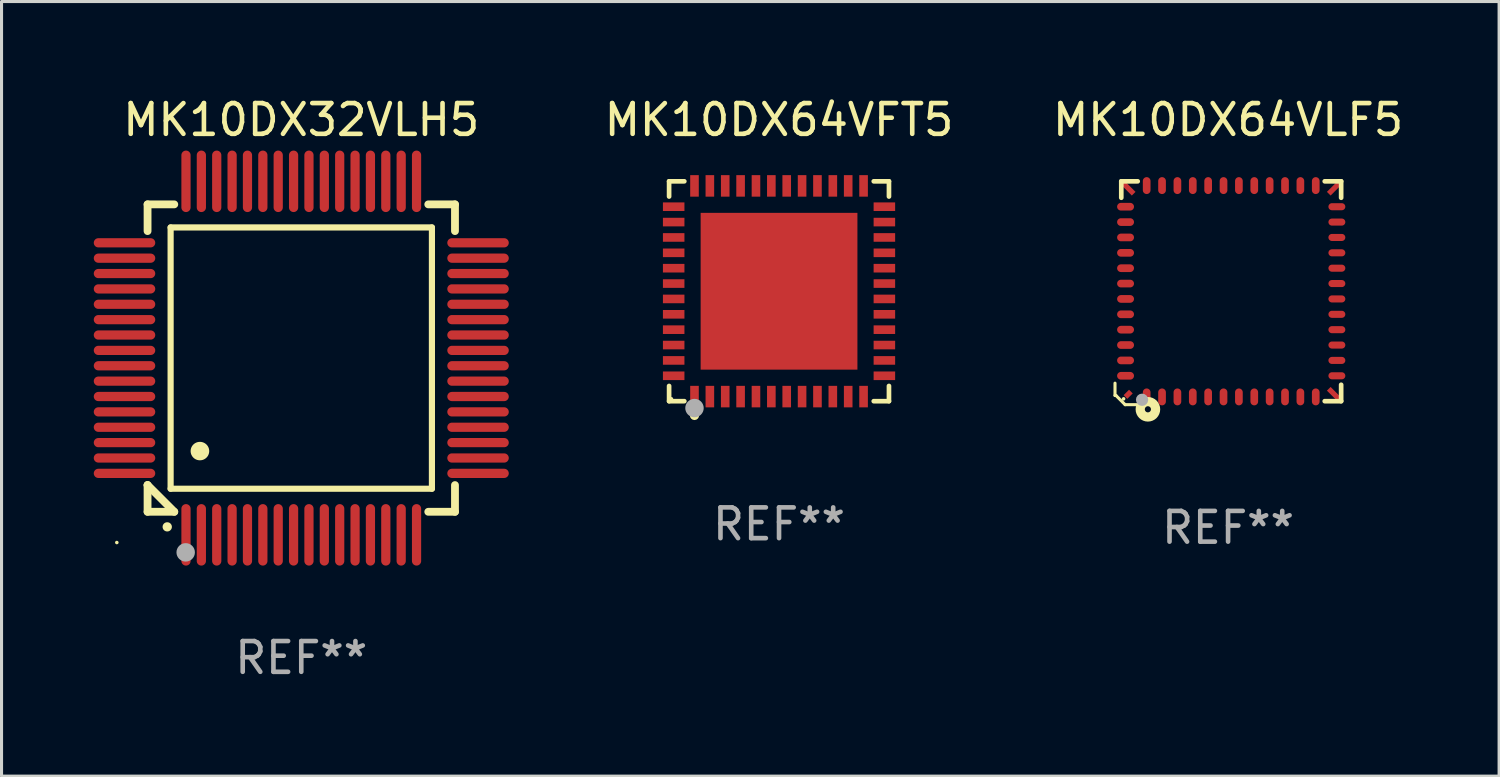
<source format=kicad_pcb>
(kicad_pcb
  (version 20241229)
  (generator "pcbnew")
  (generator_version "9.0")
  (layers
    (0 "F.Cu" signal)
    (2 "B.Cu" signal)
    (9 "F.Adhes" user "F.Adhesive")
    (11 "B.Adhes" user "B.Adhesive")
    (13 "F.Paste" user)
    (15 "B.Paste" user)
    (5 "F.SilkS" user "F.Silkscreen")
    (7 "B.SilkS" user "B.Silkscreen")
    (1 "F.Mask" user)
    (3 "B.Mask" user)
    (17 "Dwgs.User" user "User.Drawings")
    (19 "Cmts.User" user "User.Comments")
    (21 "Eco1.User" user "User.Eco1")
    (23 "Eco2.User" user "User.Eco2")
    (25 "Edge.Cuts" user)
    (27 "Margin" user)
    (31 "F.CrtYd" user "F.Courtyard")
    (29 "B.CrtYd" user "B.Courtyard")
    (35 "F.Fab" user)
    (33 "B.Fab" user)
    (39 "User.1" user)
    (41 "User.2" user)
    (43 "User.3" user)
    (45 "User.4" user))
  (footprint "MK10DX32VLH5"
    (layer "F.Cu")
    (at 6.75 8.598)
    (property "Reference" "MK10DX32VLH5" (at 0 -7.75 0) (layer "F.SilkS") (effects (font (size 1 1) (thickness 0.15))))
    (attr through_hole)
    (fp_line (start -5 -5) (end -4.131 -5) (stroke (width 0.254) (type solid)) (layer "F.SilkS"))
    (fp_line (start -5 -4.131) (end -5 -5) (stroke (width 0.254) (type solid)) (layer "F.SilkS"))
    (fp_line (start -5 4.131) (end -5 4.131) (stroke (width 0.254) (type solid)) (layer "F.SilkS"))
    (fp_line (start -5 5) (end -5 4.131) (stroke (width 0.254) (type solid)) (layer "F.SilkS"))
    (fp_line (start -5 4.131) (end -4.131 5) (stroke (width 0.254) (type solid)) (layer "F.SilkS"))
    (fp_line (start -4.25 -4.25) (end -4.25 4.25) (stroke (width 0.2) (type solid)) (layer "F.SilkS"))
    (fp_line (start -4.25 4.25) (end 4.25 4.25) (stroke (width 0.2) (type solid)) (layer "F.SilkS"))
    (fp_line (start -4.131 5) (end -5 5) (stroke (width 0.254) (type solid)) (layer "F.SilkS"))
    (fp_line (start 4.25 -4.25) (end -4.25 -4.25) (stroke (width 0.2) (type solid)) (layer "F.SilkS"))
    (fp_line (start 4.25 4.25) (end 4.25 -4.25) (stroke (width 0.2) (type solid)) (layer "F.SilkS"))
    (fp_line (start 5 -5) (end 4.131 -5) (stroke (width 0.254) (type solid)) (layer "F.SilkS"))
    (fp_line (start 5 -5) (end 5 -4.131) (stroke (width 0.254) (type solid)) (layer "F.SilkS"))
    (fp_line (start 5 4.131) (end 5 5) (stroke (width 0.254) (type solid)) (layer "F.SilkS"))
    (fp_line (start 5 5) (end 4.131 5) (stroke (width 0.254) (type solid)) (layer "F.SilkS"))
    (fp_arc (start -4.361265 5.489992) (mid -4.359995 5.489987) (end -4.358725 5.489992) (stroke (width 0.3) (type solid)) (layer "F.SilkS"))
    (fp_arc (start -3.299467 3.025146) (mid -3.296927 3.025135) (end -3.294387 3.025146) (stroke (width 0.6) (type solid)) (layer "F.SilkS"))
    (fp_circle (center -6 6) (end -5.97 6) (stroke (width 0.06) (type solid)) (fill no) (layer "F.SilkS"))
    (fp_circle (center -3.76 6.32) (end -3.61 6.32) (stroke (width 0.3) (type solid)) (fill no) (layer "F.Fab"))
    (fp_text user "REF**" (at 0 9.75 0) (layer "F.Fab") (effects (font (size 1 1) (thickness 0.15))))
    (pad "1" smd oval (at -3.75 5.75) (size 0.3 2) (layers "F.Cu" "F.Mask" "F.Paste"))
    (pad "2" smd oval (at -3.25 5.75) (size 0.3 2) (layers "F.Cu" "F.Mask" "F.Paste"))
    (pad "3" smd oval (at -2.75 5.75) (size 0.3 2) (layers "F.Cu" "F.Mask" "F.Paste"))
    (pad "4" smd oval (at -2.25 5.75) (size 0.3 2) (layers "F.Cu" "F.Mask" "F.Paste"))
    (pad "5" smd oval (at -1.75 5.75) (size 0.3 2) (layers "F.Cu" "F.Mask" "F.Paste"))
    (pad "6" smd oval (at -1.25 5.75) (size 0.3 2) (layers "F.Cu" "F.Mask" "F.Paste"))
    (pad "7" smd oval (at -0.75 5.75) (size 0.3 2) (layers "F.Cu" "F.Mask" "F.Paste"))
    (pad "8" smd oval (at -0.25 5.75) (size 0.3 2) (layers "F.Cu" "F.Mask" "F.Paste"))
    (pad "9" smd oval (at 0.25 5.75) (size 0.3 2) (layers "F.Cu" "F.Mask" "F.Paste"))
    (pad "10" smd oval (at 0.75 5.75) (size 0.3 2) (layers "F.Cu" "F.Mask" "F.Paste"))
    (pad "11" smd oval (at 1.25 5.75) (size 0.3 2) (layers "F.Cu" "F.Mask" "F.Paste"))
    (pad "12" smd oval (at 1.75 5.75) (size 0.3 2) (layers "F.Cu" "F.Mask" "F.Paste"))
    (pad "13" smd oval (at 2.25 5.75) (size 0.3 2) (layers "F.Cu" "F.Mask" "F.Paste"))
    (pad "14" smd oval (at 2.75 5.75) (size 0.3 2) (layers "F.Cu" "F.Mask" "F.Paste"))
    (pad "15" smd oval (at 3.25 5.75) (size 0.3 2) (layers "F.Cu" "F.Mask" "F.Paste"))
    (pad "16" smd oval (at 3.75 5.75) (size 0.3 2) (layers "F.Cu" "F.Mask" "F.Paste"))
    (pad "17" smd oval (at 5.75 3.75) (size 2 0.3) (layers "F.Cu" "F.Mask" "F.Paste"))
    (pad "18" smd oval (at 5.75 3.25) (size 2 0.3) (layers "F.Cu" "F.Mask" "F.Paste"))
    (pad "19" smd oval (at 5.75 2.75) (size 2 0.3) (layers "F.Cu" "F.Mask" "F.Paste"))
    (pad "20" smd oval (at 5.75 2.25) (size 2 0.3) (layers "F.Cu" "F.Mask" "F.Paste"))
    (pad "21" smd oval (at 5.75 1.75) (size 2 0.3) (layers "F.Cu" "F.Mask" "F.Paste"))
    (pad "22" smd oval (at 5.75 1.25) (size 2 0.3) (layers "F.Cu" "F.Mask" "F.Paste"))
    (pad "23" smd oval (at 5.75 0.75) (size 2 0.3) (layers "F.Cu" "F.Mask" "F.Paste"))
    (pad "24" smd oval (at 5.75 0.25) (size 2 0.3) (layers "F.Cu" "F.Mask" "F.Paste"))
    (pad "25" smd oval (at 5.75 -0.25) (size 2 0.3) (layers "F.Cu" "F.Mask" "F.Paste"))
    (pad "26" smd oval (at 5.75 -0.75) (size 2 0.3) (layers "F.Cu" "F.Mask" "F.Paste"))
    (pad "27" smd oval (at 5.75 -1.25) (size 2 0.3) (layers "F.Cu" "F.Mask" "F.Paste"))
    (pad "28" smd oval (at 5.75 -1.75) (size 2 0.3) (layers "F.Cu" "F.Mask" "F.Paste"))
    (pad "29" smd oval (at 5.75 -2.25) (size 2 0.3) (layers "F.Cu" "F.Mask" "F.Paste"))
    (pad "30" smd oval (at 5.75 -2.75) (size 2 0.3) (layers "F.Cu" "F.Mask" "F.Paste"))
    (pad "31" smd oval (at 5.75 -3.25) (size 2 0.3) (layers "F.Cu" "F.Mask" "F.Paste"))
    (pad "32" smd oval (at 5.75 -3.75) (size 2 0.3) (layers "F.Cu" "F.Mask" "F.Paste"))
    (pad "33" smd oval (at 3.75 -5.75) (size 0.3 2) (layers "F.Cu" "F.Mask" "F.Paste"))
    (pad "34" smd oval (at 3.25 -5.75) (size 0.3 2) (layers "F.Cu" "F.Mask" "F.Paste"))
    (pad "35" smd oval (at 2.75 -5.75) (size 0.3 2) (layers "F.Cu" "F.Mask" "F.Paste"))
    (pad "36" smd oval (at 2.25 -5.75) (size 0.3 2) (layers "F.Cu" "F.Mask" "F.Paste"))
    (pad "37" smd oval (at 1.75 -5.75) (size 0.3 2) (layers "F.Cu" "F.Mask" "F.Paste"))
    (pad "38" smd oval (at 1.25 -5.75) (size 0.3 2) (layers "F.Cu" "F.Mask" "F.Paste"))
    (pad "39" smd oval (at 0.75 -5.75) (size 0.3 2) (layers "F.Cu" "F.Mask" "F.Paste"))
    (pad "40" smd oval (at 0.25 -5.75) (size 0.3 2) (layers "F.Cu" "F.Mask" "F.Paste"))
    (pad "41" smd oval (at -0.25 -5.75) (size 0.3 2) (layers "F.Cu" "F.Mask" "F.Paste"))
    (pad "42" smd oval (at -0.75 -5.75) (size 0.3 2) (layers "F.Cu" "F.Mask" "F.Paste"))
    (pad "43" smd oval (at -1.25 -5.75) (size 0.3 2) (layers "F.Cu" "F.Mask" "F.Paste"))
    (pad "44" smd oval (at -1.75 -5.75) (size 0.3 2) (layers "F.Cu" "F.Mask" "F.Paste"))
    (pad "45" smd oval (at -2.25 -5.75) (size 0.3 2) (layers "F.Cu" "F.Mask" "F.Paste"))
    (pad "46" smd oval (at -2.75 -5.75) (size 0.3 2) (layers "F.Cu" "F.Mask" "F.Paste"))
    (pad "47" smd oval (at -3.25 -5.75) (size 0.3 2) (layers "F.Cu" "F.Mask" "F.Paste"))
    (pad "48" smd oval (at -3.75 -5.75) (size 0.3 2) (layers "F.Cu" "F.Mask" "F.Paste"))
    (pad "49" smd oval (at -5.75 -3.75) (size 2 0.3) (layers "F.Cu" "F.Mask" "F.Paste"))
    (pad "50" smd oval (at -5.75 -3.25) (size 2 0.3) (layers "F.Cu" "F.Mask" "F.Paste"))
    (pad "51" smd oval (at -5.75 -2.75) (size 2 0.3) (layers "F.Cu" "F.Mask" "F.Paste"))
    (pad "52" smd oval (at -5.75 -2.25) (size 2 0.3) (layers "F.Cu" "F.Mask" "F.Paste"))
    (pad "53" smd oval (at -5.75 -1.75) (size 2 0.3) (layers "F.Cu" "F.Mask" "F.Paste"))
    (pad "54" smd oval (at -5.75 -1.25) (size 2 0.3) (layers "F.Cu" "F.Mask" "F.Paste"))
    (pad "55" smd oval (at -5.75 -0.75) (size 2 0.3) (layers "F.Cu" "F.Mask" "F.Paste"))
    (pad "56" smd oval (at -5.75 -0.25) (size 2 0.3) (layers "F.Cu" "F.Mask" "F.Paste"))
    (pad "57" smd oval (at -5.75 0.25) (size 2 0.3) (layers "F.Cu" "F.Mask" "F.Paste"))
    (pad "58" smd oval (at -5.75 0.75) (size 2 0.3) (layers "F.Cu" "F.Mask" "F.Paste"))
    (pad "59" smd oval (at -5.75 1.25) (size 2 0.3) (layers "F.Cu" "F.Mask" "F.Paste"))
    (pad "60" smd oval (at -5.75 1.75) (size 2 0.3) (layers "F.Cu" "F.Mask" "F.Paste"))
    (pad "61" smd oval (at -5.75 2.25) (size 2 0.3) (layers "F.Cu" "F.Mask" "F.Paste"))
    (pad "62" smd oval (at -5.75 2.75) (size 2 0.3) (layers "F.Cu" "F.Mask" "F.Paste"))
    (pad "63" smd oval (at -5.75 3.25) (size 2 0.3) (layers "F.Cu" "F.Mask" "F.Paste"))
    (pad "64" smd oval (at -5.75 3.75) (size 2 0.3) (layers "F.Cu" "F.Mask" "F.Paste")))
  (footprint "MK10DX64VFT5"
    (layer "F.Cu")
    (at 22.291 6.424)
    (property "Reference" "MK10DX64VFT5" (at 0 -5.576 0) (layer "F.SilkS") (effects (font (size 1 1) (thickness 0.15))))
    (attr through_hole)
    (fp_line (start -3.576 -3.576) (end -3.081 -3.576) (stroke (width 0.152) (type solid)) (layer "F.SilkS"))
    (fp_line (start -3.576 -3.081) (end -3.576 -3.576) (stroke (width 0.152) (type solid)) (layer "F.SilkS"))
    (fp_line (start -3.576 3.081) (end -3.576 3.576) (stroke (width 0.152) (type solid)) (layer "F.SilkS"))
    (fp_line (start -3.576 3.576) (end -3.081 3.576) (stroke (width 0.152) (type solid)) (layer "F.SilkS"))
    (fp_line (start 3.576 -3.576) (end 3.081 -3.576) (stroke (width 0.152) (type solid)) (layer "F.SilkS"))
    (fp_line (start 3.576 -3.081) (end 3.576 -3.576) (stroke (width 0.152) (type solid)) (layer "F.SilkS"))
    (fp_line (start 3.576 3.081) (end 3.576 3.576) (stroke (width 0.152) (type solid)) (layer "F.SilkS"))
    (fp_line (start 3.576 3.576) (end 3.081 3.576) (stroke (width 0.152) (type solid)) (layer "F.SilkS"))
    (fp_circle (center -3.5 3.5) (end -3.47 3.5) (stroke (width 0.06) (type solid)) (fill no) (layer "F.SilkS"))
    (fp_circle (center -2.75 4.04) (end -2.675 4.04) (stroke (width 0.15) (type solid)) (fill no) (layer "F.SilkS"))
    (fp_circle (center -2.75 3.8) (end -2.6 3.8) (stroke (width 0.3) (type solid)) (fill no) (layer "F.Fab"))
    (fp_text user "REF**" (at 0 7.576 0) (layer "F.Fab") (effects (font (size 1 1) (thickness 0.15))))
    (pad "1" smd rect (at -2.75 3.427) (size 0.28 0.7) (layers "F.Cu" "F.Mask" "F.Paste"))
    (pad "2" smd rect (at -2.25 3.427) (size 0.28 0.7) (layers "F.Cu" "F.Mask" "F.Paste"))
    (pad "3" smd rect (at -1.75 3.427) (size 0.28 0.7) (layers "F.Cu" "F.Mask" "F.Paste"))
    (pad "4" smd rect (at -1.25 3.427) (size 0.28 0.7) (layers "F.Cu" "F.Mask" "F.Paste"))
    (pad "5" smd rect (at -0.75 3.427) (size 0.28 0.7) (layers "F.Cu" "F.Mask" "F.Paste"))
    (pad "6" smd rect (at -0.25 3.427) (size 0.28 0.7) (layers "F.Cu" "F.Mask" "F.Paste"))
    (pad "7" smd rect (at 0.25 3.427) (size 0.28 0.7) (layers "F.Cu" "F.Mask" "F.Paste"))
    (pad "8" smd rect (at 0.75 3.427) (size 0.28 0.7) (layers "F.Cu" "F.Mask" "F.Paste"))
    (pad "9" smd rect (at 1.25 3.427) (size 0.28 0.7) (layers "F.Cu" "F.Mask" "F.Paste"))
    (pad "10" smd rect (at 1.75 3.427) (size 0.28 0.7) (layers "F.Cu" "F.Mask" "F.Paste"))
    (pad "11" smd rect (at 2.25 3.427) (size 0.28 0.7) (layers "F.Cu" "F.Mask" "F.Paste"))
    (pad "12" smd rect (at 2.75 3.427) (size 0.28 0.7) (layers "F.Cu" "F.Mask" "F.Paste"))
    (pad "13" smd rect (at 3.427 2.75) (size 0.7 0.28) (layers "F.Cu" "F.Mask" "F.Paste"))
    (pad "14" smd rect (at 3.427 2.25) (size 0.7 0.28) (layers "F.Cu" "F.Mask" "F.Paste"))
    (pad "15" smd rect (at 3.427 1.75) (size 0.7 0.28) (layers "F.Cu" "F.Mask" "F.Paste"))
    (pad "16" smd rect (at 3.427 1.25) (size 0.7 0.28) (layers "F.Cu" "F.Mask" "F.Paste"))
    (pad "17" smd rect (at 3.427 0.75) (size 0.7 0.28) (layers "F.Cu" "F.Mask" "F.Paste"))
    (pad "18" smd rect (at 3.427 0.25) (size 0.7 0.28) (layers "F.Cu" "F.Mask" "F.Paste"))
    (pad "19" smd rect (at 3.427 -0.25) (size 0.7 0.28) (layers "F.Cu" "F.Mask" "F.Paste"))
    (pad "20" smd rect (at 3.427 -0.75) (size 0.7 0.28) (layers "F.Cu" "F.Mask" "F.Paste"))
    (pad "21" smd rect (at 3.427 -1.25) (size 0.7 0.28) (layers "F.Cu" "F.Mask" "F.Paste"))
    (pad "22" smd rect (at 3.427 -1.75) (size 0.7 0.28) (layers "F.Cu" "F.Mask" "F.Paste"))
    (pad "23" smd rect (at 3.427 -2.25) (size 0.7 0.28) (layers "F.Cu" "F.Mask" "F.Paste"))
    (pad "24" smd rect (at 3.427 -2.75) (size 0.7 0.28) (layers "F.Cu" "F.Mask" "F.Paste"))
    (pad "25" smd rect (at 2.75 -3.427) (size 0.28 0.7) (layers "F.Cu" "F.Mask" "F.Paste"))
    (pad "26" smd rect (at 2.25 -3.427) (size 0.28 0.7) (layers "F.Cu" "F.Mask" "F.Paste"))
    (pad "27" smd rect (at 1.75 -3.427) (size 0.28 0.7) (layers "F.Cu" "F.Mask" "F.Paste"))
    (pad "28" smd rect (at 1.25 -3.427) (size 0.28 0.7) (layers "F.Cu" "F.Mask" "F.Paste"))
    (pad "29" smd rect (at 0.75 -3.427) (size 0.28 0.7) (layers "F.Cu" "F.Mask" "F.Paste"))
    (pad "30" smd rect (at 0.25 -3.427) (size 0.28 0.7) (layers "F.Cu" "F.Mask" "F.Paste"))
    (pad "31" smd rect (at -0.25 -3.427) (size 0.28 0.7) (layers "F.Cu" "F.Mask" "F.Paste"))
    (pad "32" smd rect (at -0.75 -3.427) (size 0.28 0.7) (layers "F.Cu" "F.Mask" "F.Paste"))
    (pad "33" smd rect (at -1.25 -3.427) (size 0.28 0.7) (layers "F.Cu" "F.Mask" "F.Paste"))
    (pad "34" smd rect (at -1.75 -3.427) (size 0.28 0.7) (layers "F.Cu" "F.Mask" "F.Paste"))
    (pad "35" smd rect (at -2.25 -3.427) (size 0.28 0.7) (layers "F.Cu" "F.Mask" "F.Paste"))
    (pad "36" smd rect (at -2.75 -3.427) (size 0.28 0.7) (layers "F.Cu" "F.Mask" "F.Paste"))
    (pad "37" smd rect (at -3.427 -2.75) (size 0.7 0.28) (layers "F.Cu" "F.Mask" "F.Paste"))
    (pad "38" smd rect (at -3.427 -2.25) (size 0.7 0.28) (layers "F.Cu" "F.Mask" "F.Paste"))
    (pad "39" smd rect (at -3.427 -1.75) (size 0.7 0.28) (layers "F.Cu" "F.Mask" "F.Paste"))
    (pad "40" smd rect (at -3.427 -1.25) (size 0.7 0.28) (layers "F.Cu" "F.Mask" "F.Paste"))
    (pad "41" smd rect (at -3.427 -0.75) (size 0.7 0.28) (layers "F.Cu" "F.Mask" "F.Paste"))
    (pad "42" smd rect (at -3.427 -0.25) (size 0.7 0.28) (layers "F.Cu" "F.Mask" "F.Paste"))
    (pad "43" smd rect (at -3.427 0.25) (size 0.7 0.28) (layers "F.Cu" "F.Mask" "F.Paste"))
    (pad "44" smd rect (at -3.427 0.75) (size 0.7 0.28) (layers "F.Cu" "F.Mask" "F.Paste"))
    (pad "45" smd rect (at -3.427 1.25) (size 0.7 0.28) (layers "F.Cu" "F.Mask" "F.Paste"))
    (pad "46" smd rect (at -3.427 1.75) (size 0.7 0.28) (layers "F.Cu" "F.Mask" "F.Paste"))
    (pad "47" smd rect (at -3.427 2.25) (size 0.7 0.28) (layers "F.Cu" "F.Mask" "F.Paste"))
    (pad "48" smd rect (at -3.427 2.75) (size 0.7 0.28) (layers "F.Cu" "F.Mask" "F.Paste"))
    (pad "49" smd rect (at 0 0) (size 5.1 5.1) (layers "F.Cu" "F.Mask" "F.Paste")))
  (footprint "MK10DX64VLF5"
    (layer "F.Cu")
    (at 36.898 6.481)
    (property "Reference" "MK10DX64VLF5" (at 0 -5.633 0) (layer "F.SilkS") (effects (font (size 1 1) (thickness 0.15))))
    (attr through_hole)
    (fp_line (start -3.678 2.933) (end -3.678 3.333) (stroke (width 0.1) (type solid)) (layer "F.SilkS"))
    (fp_line (start -3.678 3.333) (end -3.648 3.333) (stroke (width 0.1) (type solid)) (layer "F.SilkS"))
    (fp_line (start -3.648 3.333) (end -3.348 3.633) (stroke (width 0.1) (type solid)) (layer "F.SilkS"))
    (fp_line (start -3.474 -3.633) (end -3.474 -3.099) (stroke (width 0.152) (type solid)) (layer "F.SilkS"))
    (fp_line (start -3.348 3.633) (end -2.912 3.633) (stroke (width 0.1) (type solid)) (layer "F.SilkS"))
    (fp_line (start -2.94 -3.633) (end -3.474 -3.633) (stroke (width 0.152) (type solid)) (layer "F.SilkS"))
    (fp_line (start 3.144 -3.633) (end 3.678 -3.633) (stroke (width 0.152) (type solid)) (layer "F.SilkS"))
    (fp_line (start 3.144 3.519) (end 3.678 3.519) (stroke (width 0.152) (type solid)) (layer "F.SilkS"))
    (fp_line (start 3.678 -3.633) (end 3.678 -3.099) (stroke (width 0.152) (type solid)) (layer "F.SilkS"))
    (fp_line (start 3.678 3.519) (end 3.678 2.985) (stroke (width 0.152) (type solid)) (layer "F.SilkS"))
    (fp_circle (center -3.398 3.443) (end -3.368 3.443) (stroke (width 0.06) (type solid)) (fill no) (layer "F.SilkS"))
    (fp_circle (center -2.608 3.783) (end -2.508 3.783) (stroke (width 0.3) (type solid)) (fill no) (layer "F.SilkS"))
    (fp_circle (center -2.798 3.473) (end -2.698 3.473) (stroke (width 0.2) (type solid)) (fill no) (layer "F.Fab"))
    (fp_text user "REF**" (at 0 7.633 0) (layer "F.Fab") (effects (font (size 1 1) (thickness 0.15))))
    (pad "1" smd oval (at -2.648 3.38) (size 0.25 0.55) (layers "F.Cu" "F.Mask" "F.Paste"))
    (pad "2" smd oval (at -2.148 3.38) (size 0.25 0.55) (layers "F.Cu" "F.Mask" "F.Paste"))
    (pad "3" smd oval (at -1.648 3.38) (size 0.25 0.55) (layers "F.Cu" "F.Mask" "F.Paste"))
    (pad "4" smd oval (at -1.148 3.38) (size 0.25 0.55) (layers "F.Cu" "F.Mask" "F.Paste"))
    (pad "5" smd oval (at -0.648 3.38) (size 0.25 0.55) (layers "F.Cu" "F.Mask" "F.Paste"))
    (pad "6" smd oval (at -0.148 3.38) (size 0.25 0.55) (layers "F.Cu" "F.Mask" "F.Paste"))
    (pad "7" smd oval (at 0.352 3.38) (size 0.25 0.55) (layers "F.Cu" "F.Mask" "F.Paste"))
    (pad "8" smd oval (at 0.852 3.38) (size 0.25 0.55) (layers "F.Cu" "F.Mask" "F.Paste"))
    (pad "9" smd oval (at 1.352 3.38) (size 0.25 0.55) (layers "F.Cu" "F.Mask" "F.Paste"))
    (pad "10" smd oval (at 1.852 3.38) (size 0.25 0.55) (layers "F.Cu" "F.Mask" "F.Paste"))
    (pad "11" smd oval (at 2.352 3.38) (size 0.25 0.55) (layers "F.Cu" "F.Mask" "F.Paste"))
    (pad "12" smd oval (at 2.852 3.38) (size 0.25 0.55) (layers "F.Cu" "F.Mask" "F.Paste"))
    (pad "13" smd oval (at 3.539 2.693) (size 0.55 0.23) (layers "F.Cu" "F.Mask" "F.Paste"))
    (pad "14" smd oval (at 3.539 2.193) (size 0.55 0.23) (layers "F.Cu" "F.Mask" "F.Paste"))
    (pad "15" smd oval (at 3.539 1.693) (size 0.55 0.23) (layers "F.Cu" "F.Mask" "F.Paste"))
    (pad "16" smd oval (at 3.539 1.193) (size 0.55 0.23) (layers "F.Cu" "F.Mask" "F.Paste"))
    (pad "17" smd oval (at 3.539 0.693) (size 0.55 0.23) (layers "F.Cu" "F.Mask" "F.Paste"))
    (pad "18" smd oval (at 3.539 0.193) (size 0.55 0.23) (layers "F.Cu" "F.Mask" "F.Paste"))
    (pad "19" smd oval (at 3.539 -0.307) (size 0.55 0.23) (layers "F.Cu" "F.Mask" "F.Paste"))
    (pad "20" smd oval (at 3.539 -0.807) (size 0.55 0.23) (layers "F.Cu" "F.Mask" "F.Paste"))
    (pad "21" smd oval (at 3.539 -1.307) (size 0.55 0.23) (layers "F.Cu" "F.Mask" "F.Paste"))
    (pad "22" smd oval (at 3.539 -1.807) (size 0.55 0.23) (layers "F.Cu" "F.Mask" "F.Paste"))
    (pad "23" smd oval (at 3.539 -2.307) (size 0.55 0.23) (layers "F.Cu" "F.Mask" "F.Paste"))
    (pad "24" smd oval (at 3.539 -2.807) (size 0.55 0.23) (layers "F.Cu" "F.Mask" "F.Paste"))
    (pad "25" smd oval (at 2.852 -3.494) (size 0.25 0.55) (layers "F.Cu" "F.Mask" "F.Paste"))
    (pad "26" smd oval (at 2.352 -3.494) (size 0.25 0.55) (layers "F.Cu" "F.Mask" "F.Paste"))
    (pad "27" smd oval (at 1.852 -3.494) (size 0.25 0.55) (layers "F.Cu" "F.Mask" "F.Paste"))
    (pad "28" smd oval (at 1.352 -3.494) (size 0.25 0.55) (layers "F.Cu" "F.Mask" "F.Paste"))
    (pad "29" smd oval (at 0.852 -3.494) (size 0.25 0.55) (layers "F.Cu" "F.Mask" "F.Paste"))
    (pad "30" smd oval (at 0.352 -3.494) (size 0.25 0.55) (layers "F.Cu" "F.Mask" "F.Paste"))
    (pad "31" smd oval (at -0.148 -3.494) (size 0.25 0.55) (layers "F.Cu" "F.Mask" "F.Paste"))
    (pad "32" smd oval (at -0.648 -3.494) (size 0.25 0.55) (layers "F.Cu" "F.Mask" "F.Paste"))
    (pad "33" smd oval (at -1.148 -3.494) (size 0.25 0.55) (layers "F.Cu" "F.Mask" "F.Paste"))
    (pad "34" smd oval (at -1.648 -3.494) (size 0.25 0.55) (layers "F.Cu" "F.Mask" "F.Paste"))
    (pad "35" smd oval (at -2.148 -3.494) (size 0.25 0.55) (layers "F.Cu" "F.Mask" "F.Paste"))
    (pad "36" smd oval (at -2.648 -3.494) (size 0.25 0.55) (layers "F.Cu" "F.Mask" "F.Paste"))
    (pad "37" smd oval (at -3.335 -2.807) (size 0.55 0.25) (layers "F.Cu" "F.Mask" "F.Paste"))
    (pad "38" smd oval (at -3.335 -2.307) (size 0.55 0.25) (layers "F.Cu" "F.Mask" "F.Paste"))
    (pad "39" smd oval (at -3.335 -1.807) (size 0.55 0.25) (layers "F.Cu" "F.Mask" "F.Paste"))
    (pad "40" smd oval (at -3.335 -1.307) (size 0.55 0.25) (layers "F.Cu" "F.Mask" "F.Paste"))
    (pad "41" smd oval (at -3.335 -0.807) (size 0.55 0.25) (layers "F.Cu" "F.Mask" "F.Paste"))
    (pad "42" smd oval (at -3.335 -0.307) (size 0.55 0.25) (layers "F.Cu" "F.Mask" "F.Paste"))
    (pad "43" smd oval (at -3.335 0.193) (size 0.55 0.25) (layers "F.Cu" "F.Mask" "F.Paste"))
    (pad "44" smd oval (at -3.335 0.693) (size 0.55 0.25) (layers "F.Cu" "F.Mask" "F.Paste"))
    (pad "45" smd oval (at -3.335 1.193) (size 0.55 0.25) (layers "F.Cu" "F.Mask" "F.Paste"))
    (pad "46" smd oval (at -3.335 1.693) (size 0.55 0.25) (layers "F.Cu" "F.Mask" "F.Paste"))
    (pad "47" smd oval (at -3.335 2.193) (size 0.55 0.25) (layers "F.Cu" "F.Mask" "F.Paste"))
    (pad "48" smd oval (at -3.335 2.693) (size 0.55 0.25) (layers "F.Cu" "F.Mask" "F.Paste"))
    (pad "49" smd rect (at -3.25 3.295 135) (size 0.17 0.25) (layers "F.Cu" "F.Mask" "F.Paste"))
    (pad "49" smd rect (at -3.248 -3.407 45) (size 0.17 0.5) (layers "F.Cu" "F.Mask" "F.Paste"))
    (pad "49" smd rect (at 3.452 -3.407 315) (size 0.17 0.5) (layers "F.Cu" "F.Mask" "F.Paste"))
    (pad "49" smd rect (at 3.452 3.293 225) (size 0.17 0.5) (layers "F.Cu" "F.Mask" "F.Paste")))
  (gr_rect
    (start -3 -3)
    (end 45.714 22.196)
    (stroke (width 0.1) (type default))
    (fill no)
    (layer "Edge.Cuts")))
</source>
